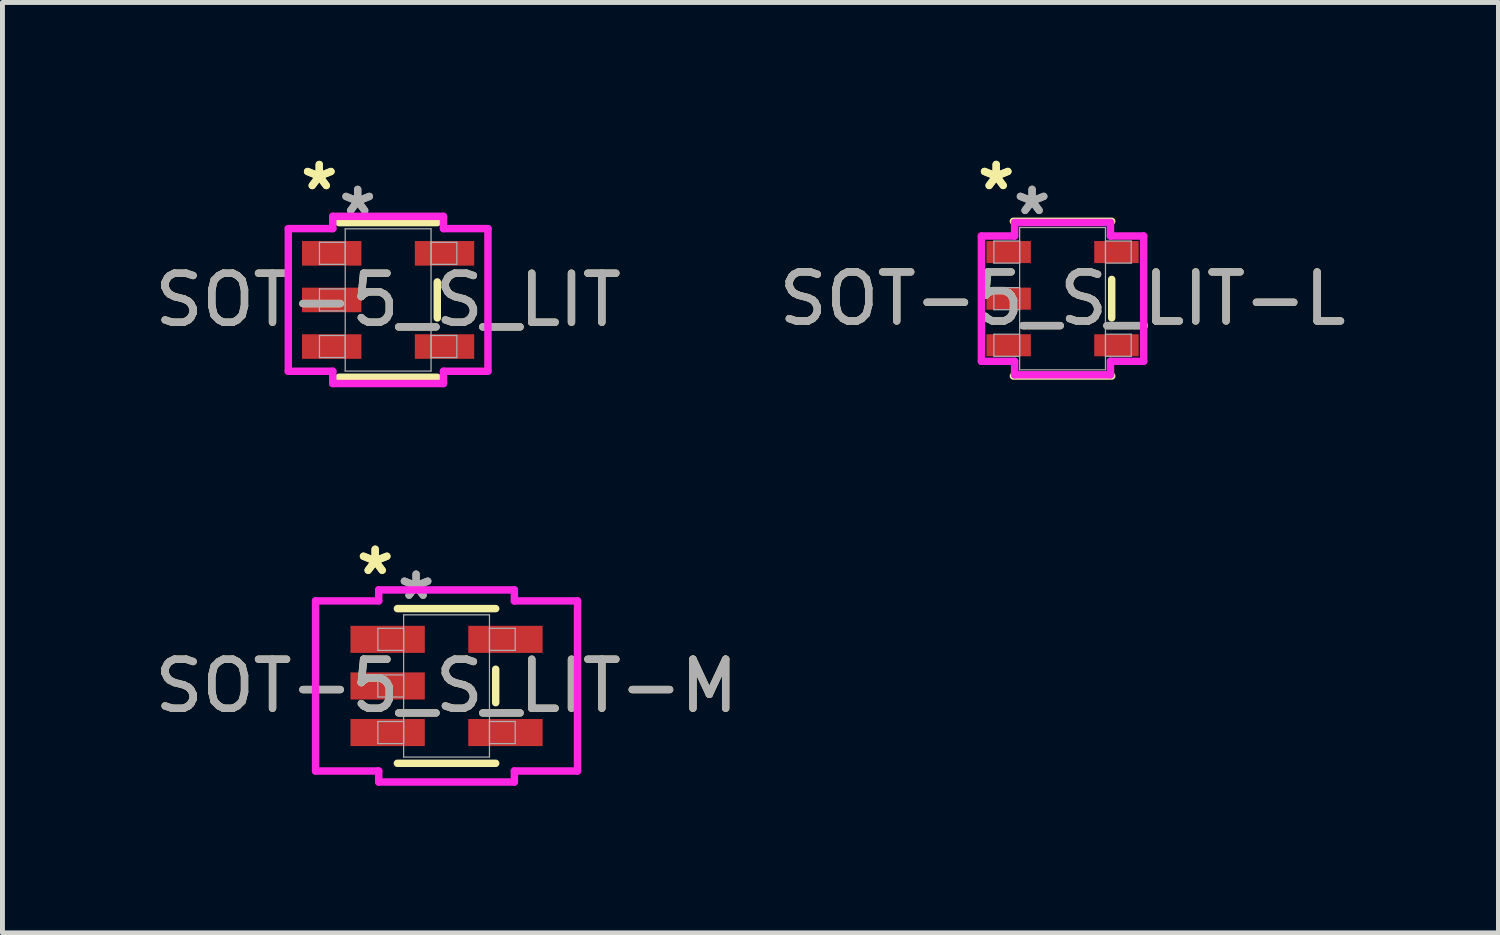
<source format=kicad_pcb>
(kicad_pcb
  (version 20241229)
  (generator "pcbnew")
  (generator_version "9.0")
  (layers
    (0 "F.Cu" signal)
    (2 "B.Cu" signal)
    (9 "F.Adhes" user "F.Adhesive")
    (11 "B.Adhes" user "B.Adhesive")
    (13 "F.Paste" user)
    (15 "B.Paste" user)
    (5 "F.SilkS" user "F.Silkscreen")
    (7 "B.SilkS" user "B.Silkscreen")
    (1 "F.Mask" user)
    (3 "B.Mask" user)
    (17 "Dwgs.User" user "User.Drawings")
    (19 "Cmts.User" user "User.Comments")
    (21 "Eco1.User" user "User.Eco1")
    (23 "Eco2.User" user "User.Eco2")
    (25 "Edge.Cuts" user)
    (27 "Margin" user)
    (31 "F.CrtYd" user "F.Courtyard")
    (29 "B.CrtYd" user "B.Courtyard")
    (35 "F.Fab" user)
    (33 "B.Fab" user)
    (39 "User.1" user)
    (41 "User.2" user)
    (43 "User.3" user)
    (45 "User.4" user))
  (footprint "SOT-5_S_LIT-L"
    (layer "F.Cu")
    (at 18.613 3.039)
    (property "Reference" "SOT-5_S_LIT-L" (at 0 0 0) (unlocked yes) (layer "F.SilkS") (effects (font (size 1 1) (thickness 0.15))))
    (attr smd)
    (fp_line (start -1.002 1.577) (end 1.002 1.577) (stroke (width 0.152) (type solid)) (layer "F.SilkS"))
    (fp_line (start 1.002 -1.577) (end -1.002 -1.577) (stroke (width 0.152) (type solid)) (layer "F.SilkS"))
    (fp_line (start 1.002 0.392) (end 1.002 -0.392) (stroke (width 0.152) (type solid)) (layer "F.SilkS"))
    (fp_line (start -1.654 -1.277) (end -0.977 -1.277) (stroke (width 0.152) (type solid)) (layer "F.CrtYd"))
    (fp_line (start -1.654 1.277) (end -1.654 -1.277) (stroke (width 0.152) (type solid)) (layer "F.CrtYd"))
    (fp_line (start -0.977 -1.552) (end 0.977 -1.552) (stroke (width 0.152) (type solid)) (layer "F.CrtYd"))
    (fp_line (start -0.977 -1.277) (end -0.977 -1.552) (stroke (width 0.152) (type solid)) (layer "F.CrtYd"))
    (fp_line (start -0.977 1.277) (end -1.654 1.277) (stroke (width 0.152) (type solid)) (layer "F.CrtYd"))
    (fp_line (start -0.977 1.552) (end -0.977 1.277) (stroke (width 0.152) (type solid)) (layer "F.CrtYd"))
    (fp_line (start 0.977 -1.552) (end 0.977 -1.277) (stroke (width 0.152) (type solid)) (layer "F.CrtYd"))
    (fp_line (start 0.977 -1.277) (end 1.654 -1.277) (stroke (width 0.152) (type solid)) (layer "F.CrtYd"))
    (fp_line (start 0.977 1.277) (end 0.977 1.552) (stroke (width 0.152) (type solid)) (layer "F.CrtYd"))
    (fp_line (start 0.977 1.552) (end -0.977 1.552) (stroke (width 0.152) (type solid)) (layer "F.CrtYd"))
    (fp_line (start 1.654 -1.277) (end 1.654 1.277) (stroke (width 0.152) (type solid)) (layer "F.CrtYd"))
    (fp_line (start 1.654 1.277) (end 0.977 1.277) (stroke (width 0.152) (type solid)) (layer "F.CrtYd"))
    (fp_line (start -1.4 -1.175) (end -1.4 -0.725) (stroke (width 0.025) (type solid)) (layer "F.Fab"))
    (fp_line (start -1.4 -0.725) (end -0.875 -0.725) (stroke (width 0.025) (type solid)) (layer "F.Fab"))
    (fp_line (start -1.4 -0.225) (end -1.4 0.225) (stroke (width 0.025) (type solid)) (layer "F.Fab"))
    (fp_line (start -1.4 0.225) (end -0.875 0.225) (stroke (width 0.025) (type solid)) (layer "F.Fab"))
    (fp_line (start -1.4 0.725) (end -1.4 1.175) (stroke (width 0.025) (type solid)) (layer "F.Fab"))
    (fp_line (start -1.4 1.175) (end -0.875 1.175) (stroke (width 0.025) (type solid)) (layer "F.Fab"))
    (fp_line (start -0.875 -1.45) (end -0.875 1.45) (stroke (width 0.025) (type solid)) (layer "F.Fab"))
    (fp_line (start -0.875 -1.175) (end -1.4 -1.175) (stroke (width 0.025) (type solid)) (layer "F.Fab"))
    (fp_line (start -0.875 -0.725) (end -0.875 -1.175) (stroke (width 0.025) (type solid)) (layer "F.Fab"))
    (fp_line (start -0.875 -0.225) (end -1.4 -0.225) (stroke (width 0.025) (type solid)) (layer "F.Fab"))
    (fp_line (start -0.875 0.225) (end -0.875 -0.225) (stroke (width 0.025) (type solid)) (layer "F.Fab"))
    (fp_line (start -0.875 0.725) (end -1.4 0.725) (stroke (width 0.025) (type solid)) (layer "F.Fab"))
    (fp_line (start -0.875 1.175) (end -0.875 0.725) (stroke (width 0.025) (type solid)) (layer "F.Fab"))
    (fp_line (start -0.875 1.45) (end 0.875 1.45) (stroke (width 0.025) (type solid)) (layer "F.Fab"))
    (fp_line (start 0.875 -1.45) (end -0.875 -1.45) (stroke (width 0.025) (type solid)) (layer "F.Fab"))
    (fp_line (start 0.875 -1.175) (end 0.875 -0.725) (stroke (width 0.025) (type solid)) (layer "F.Fab"))
    (fp_line (start 0.875 -0.725) (end 1.4 -0.725) (stroke (width 0.025) (type solid)) (layer "F.Fab"))
    (fp_line (start 0.875 0.725) (end 0.875 1.175) (stroke (width 0.025) (type solid)) (layer "F.Fab"))
    (fp_line (start 0.875 1.175) (end 1.4 1.175) (stroke (width 0.025) (type solid)) (layer "F.Fab"))
    (fp_line (start 0.875 1.45) (end 0.875 -1.45) (stroke (width 0.025) (type solid)) (layer "F.Fab"))
    (fp_line (start 1.4 -1.175) (end 0.875 -1.175) (stroke (width 0.025) (type solid)) (layer "F.Fab"))
    (fp_line (start 1.4 -0.725) (end 1.4 -1.175) (stroke (width 0.025) (type solid)) (layer "F.Fab"))
    (fp_line (start 1.4 0.725) (end 0.875 0.725) (stroke (width 0.025) (type solid)) (layer "F.Fab"))
    (fp_line (start 1.4 1.175) (end 1.4 0.725) (stroke (width 0.025) (type solid)) (layer "F.Fab"))
    (fp_text user "*" (at -1.353 -2.191 0) (unlocked yes) (layer "F.SilkS") (effects (font (size 1 1) (thickness 0.15))))
    (fp_text user "*" (at -1.353 -2.191 0) (layer "F.SilkS") (effects (font (size 1 1) (thickness 0.15))))
    (fp_text user "*" (at -0.621 -1.683 0) (unlocked yes) (layer "F.Fab") (effects (font (size 1 1) (thickness 0.15))))
    (fp_text user "${REFERENCE}" (at 0 0 0) (unlocked yes) (layer "F.Fab") (effects (font (size 1 1) (thickness 0.15))))
    (fp_text user "*" (at -0.621 -1.683 0) (layer "F.Fab") (effects (font (size 1 1) (thickness 0.15))))
    (pad "1" smd rect (at -1.099 -0.95) (size 0.906 0.45) (layers "F.Cu" "F.Mask" "F.Paste"))
    (pad "2" smd rect (at -1.099 0) (size 0.906 0.45) (layers "F.Cu" "F.Mask" "F.Paste"))
    (pad "3" smd rect (at -1.099 0.95) (size 0.906 0.45) (layers "F.Cu" "F.Mask" "F.Paste"))
    (pad "4" smd rect (at 1.099 0.95) (size 0.906 0.45) (layers "F.Cu" "F.Mask" "F.Paste"))
    (pad "5" smd rect (at 1.099 -0.95) (size 0.906 0.45) (layers "F.Cu" "F.Mask" "F.Paste")))
  (footprint "SOT-5_S_LIT-M"
    (layer "F.Cu")
    (at 6.054 10.935)
    (property "Reference" "SOT-5_S_LIT-M" (at 0 0 0) (unlocked yes) (layer "F.SilkS") (effects (font (size 1 1) (thickness 0.15))))
    (attr smd)
    (fp_line (start -1.002 1.577) (end 1.002 1.577) (stroke (width 0.152) (type solid)) (layer "F.SilkS"))
    (fp_line (start 1.002 -1.577) (end -1.002 -1.577) (stroke (width 0.152) (type solid)) (layer "F.SilkS"))
    (fp_line (start 1.002 0.341) (end 1.002 -0.341) (stroke (width 0.152) (type solid)) (layer "F.SilkS"))
    (fp_line (start -2.67 -1.734) (end -1.383 -1.734) (stroke (width 0.152) (type solid)) (layer "F.CrtYd"))
    (fp_line (start -2.67 1.734) (end -2.67 -1.734) (stroke (width 0.152) (type solid)) (layer "F.CrtYd"))
    (fp_line (start -1.383 -1.958) (end 1.383 -1.958) (stroke (width 0.152) (type solid)) (layer "F.CrtYd"))
    (fp_line (start -1.383 -1.734) (end -1.383 -1.958) (stroke (width 0.152) (type solid)) (layer "F.CrtYd"))
    (fp_line (start -1.383 1.734) (end -2.67 1.734) (stroke (width 0.152) (type solid)) (layer "F.CrtYd"))
    (fp_line (start -1.383 1.958) (end -1.383 1.734) (stroke (width 0.152) (type solid)) (layer "F.CrtYd"))
    (fp_line (start 1.383 -1.958) (end 1.383 -1.734) (stroke (width 0.152) (type solid)) (layer "F.CrtYd"))
    (fp_line (start 1.383 -1.734) (end 2.67 -1.734) (stroke (width 0.152) (type solid)) (layer "F.CrtYd"))
    (fp_line (start 1.383 1.734) (end 1.383 1.958) (stroke (width 0.152) (type solid)) (layer "F.CrtYd"))
    (fp_line (start 1.383 1.958) (end -1.383 1.958) (stroke (width 0.152) (type solid)) (layer "F.CrtYd"))
    (fp_line (start 2.67 -1.734) (end 2.67 1.734) (stroke (width 0.152) (type solid)) (layer "F.CrtYd"))
    (fp_line (start 2.67 1.734) (end 1.383 1.734) (stroke (width 0.152) (type solid)) (layer "F.CrtYd"))
    (fp_line (start -1.4 -1.175) (end -1.4 -0.725) (stroke (width 0.025) (type solid)) (layer "F.Fab"))
    (fp_line (start -1.4 -0.725) (end -0.875 -0.725) (stroke (width 0.025) (type solid)) (layer "F.Fab"))
    (fp_line (start -1.4 -0.225) (end -1.4 0.225) (stroke (width 0.025) (type solid)) (layer "F.Fab"))
    (fp_line (start -1.4 0.225) (end -0.875 0.225) (stroke (width 0.025) (type solid)) (layer "F.Fab"))
    (fp_line (start -1.4 0.725) (end -1.4 1.175) (stroke (width 0.025) (type solid)) (layer "F.Fab"))
    (fp_line (start -1.4 1.175) (end -0.875 1.175) (stroke (width 0.025) (type solid)) (layer "F.Fab"))
    (fp_line (start -0.875 -1.45) (end -0.875 1.45) (stroke (width 0.025) (type solid)) (layer "F.Fab"))
    (fp_line (start -0.875 -1.175) (end -1.4 -1.175) (stroke (width 0.025) (type solid)) (layer "F.Fab"))
    (fp_line (start -0.875 -0.725) (end -0.875 -1.175) (stroke (width 0.025) (type solid)) (layer "F.Fab"))
    (fp_line (start -0.875 -0.225) (end -1.4 -0.225) (stroke (width 0.025) (type solid)) (layer "F.Fab"))
    (fp_line (start -0.875 0.225) (end -0.875 -0.225) (stroke (width 0.025) (type solid)) (layer "F.Fab"))
    (fp_line (start -0.875 0.725) (end -1.4 0.725) (stroke (width 0.025) (type solid)) (layer "F.Fab"))
    (fp_line (start -0.875 1.175) (end -0.875 0.725) (stroke (width 0.025) (type solid)) (layer "F.Fab"))
    (fp_line (start -0.875 1.45) (end 0.875 1.45) (stroke (width 0.025) (type solid)) (layer "F.Fab"))
    (fp_line (start 0.875 -1.45) (end -0.875 -1.45) (stroke (width 0.025) (type solid)) (layer "F.Fab"))
    (fp_line (start 0.875 -1.175) (end 0.875 -0.725) (stroke (width 0.025) (type solid)) (layer "F.Fab"))
    (fp_line (start 0.875 -0.725) (end 1.4 -0.725) (stroke (width 0.025) (type solid)) (layer "F.Fab"))
    (fp_line (start 0.875 0.725) (end 0.875 1.175) (stroke (width 0.025) (type solid)) (layer "F.Fab"))
    (fp_line (start 0.875 1.175) (end 1.4 1.175) (stroke (width 0.025) (type solid)) (layer "F.Fab"))
    (fp_line (start 0.875 1.45) (end 0.875 -1.45) (stroke (width 0.025) (type solid)) (layer "F.Fab"))
    (fp_line (start 1.4 -1.175) (end 0.875 -1.175) (stroke (width 0.025) (type solid)) (layer "F.Fab"))
    (fp_line (start 1.4 -0.725) (end 1.4 -1.175) (stroke (width 0.025) (type solid)) (layer "F.Fab"))
    (fp_line (start 1.4 0.725) (end 0.875 0.725) (stroke (width 0.025) (type solid)) (layer "F.Fab"))
    (fp_line (start 1.4 1.175) (end 1.4 0.725) (stroke (width 0.025) (type solid)) (layer "F.Fab"))
    (fp_text user "*" (at -1.455 -2.242 0) (unlocked yes) (layer "F.SilkS") (effects (font (size 1 1) (thickness 0.15))))
    (fp_text user "*" (at -1.455 -2.242 0) (layer "F.SilkS") (effects (font (size 1 1) (thickness 0.15))))
    (fp_text user "*" (at -0.621 -1.734 0) (layer "F.Fab") (effects (font (size 1 1) (thickness 0.15))))
    (fp_text user "${REFERENCE}" (at 0 0 0) (unlocked yes) (layer "F.Fab") (effects (font (size 1 1) (thickness 0.15))))
    (fp_text user "*" (at -0.621 -1.734 0) (unlocked yes) (layer "F.Fab") (effects (font (size 1 1) (thickness 0.15))))
    (pad "1" smd rect (at -1.201 -0.95) (size 1.516 0.552) (layers "F.Cu" "F.Mask" "F.Paste"))
    (pad "2" smd rect (at -1.201 0) (size 1.516 0.552) (layers "F.Cu" "F.Mask" "F.Paste"))
    (pad "3" smd rect (at -1.201 0.95) (size 1.516 0.552) (layers "F.Cu" "F.Mask" "F.Paste"))
    (pad "4" smd rect (at 1.201 0.95) (size 1.516 0.552) (layers "F.Cu" "F.Mask" "F.Paste"))
    (pad "5" smd rect (at 1.201 -0.95) (size 1.516 0.552) (layers "F.Cu" "F.Mask" "F.Paste")))
  (footprint "SOT-5_S_LIT"
    (layer "F.Cu")
    (at 4.863 3.065)
    (property "Reference" "SOT-5_S_LIT" (at 0 0 0) (unlocked yes) (layer "F.SilkS") (effects (font (size 1 1) (thickness 0.15))))
    (attr smd)
    (fp_line (start -1.002 1.577) (end 1.002 1.577) (stroke (width 0.152) (type solid)) (layer "F.SilkS"))
    (fp_line (start 1.002 -1.577) (end -1.002 -1.577) (stroke (width 0.152) (type solid)) (layer "F.SilkS"))
    (fp_line (start 1.002 0.367) (end 1.002 -0.367) (stroke (width 0.152) (type solid)) (layer "F.SilkS"))
    (fp_line (start -2.035 -1.454) (end -1.129 -1.454) (stroke (width 0.152) (type solid)) (layer "F.CrtYd"))
    (fp_line (start -2.035 1.454) (end -2.035 -1.454) (stroke (width 0.152) (type solid)) (layer "F.CrtYd"))
    (fp_line (start -1.129 -1.704) (end 1.129 -1.704) (stroke (width 0.152) (type solid)) (layer "F.CrtYd"))
    (fp_line (start -1.129 -1.454) (end -1.129 -1.704) (stroke (width 0.152) (type solid)) (layer "F.CrtYd"))
    (fp_line (start -1.129 1.454) (end -2.035 1.454) (stroke (width 0.152) (type solid)) (layer "F.CrtYd"))
    (fp_line (start -1.129 1.704) (end -1.129 1.454) (stroke (width 0.152) (type solid)) (layer "F.CrtYd"))
    (fp_line (start 1.129 -1.704) (end 1.129 -1.454) (stroke (width 0.152) (type solid)) (layer "F.CrtYd"))
    (fp_line (start 1.129 -1.454) (end 2.035 -1.454) (stroke (width 0.152) (type solid)) (layer "F.CrtYd"))
    (fp_line (start 1.129 1.454) (end 1.129 1.704) (stroke (width 0.152) (type solid)) (layer "F.CrtYd"))
    (fp_line (start 1.129 1.704) (end -1.129 1.704) (stroke (width 0.152) (type solid)) (layer "F.CrtYd"))
    (fp_line (start 2.035 -1.454) (end 2.035 1.454) (stroke (width 0.152) (type solid)) (layer "F.CrtYd"))
    (fp_line (start 2.035 1.454) (end 1.129 1.454) (stroke (width 0.152) (type solid)) (layer "F.CrtYd"))
    (fp_line (start -1.4 -1.175) (end -1.4 -0.725) (stroke (width 0.025) (type solid)) (layer "F.Fab"))
    (fp_line (start -1.4 -0.725) (end -0.875 -0.725) (stroke (width 0.025) (type solid)) (layer "F.Fab"))
    (fp_line (start -1.4 -0.225) (end -1.4 0.225) (stroke (width 0.025) (type solid)) (layer "F.Fab"))
    (fp_line (start -1.4 0.225) (end -0.875 0.225) (stroke (width 0.025) (type solid)) (layer "F.Fab"))
    (fp_line (start -1.4 0.725) (end -1.4 1.175) (stroke (width 0.025) (type solid)) (layer "F.Fab"))
    (fp_line (start -1.4 1.175) (end -0.875 1.175) (stroke (width 0.025) (type solid)) (layer "F.Fab"))
    (fp_line (start -0.875 -1.45) (end -0.875 1.45) (stroke (width 0.025) (type solid)) (layer "F.Fab"))
    (fp_line (start -0.875 -1.175) (end -1.4 -1.175) (stroke (width 0.025) (type solid)) (layer "F.Fab"))
    (fp_line (start -0.875 -0.725) (end -0.875 -1.175) (stroke (width 0.025) (type solid)) (layer "F.Fab"))
    (fp_line (start -0.875 -0.225) (end -1.4 -0.225) (stroke (width 0.025) (type solid)) (layer "F.Fab"))
    (fp_line (start -0.875 0.225) (end -0.875 -0.225) (stroke (width 0.025) (type solid)) (layer "F.Fab"))
    (fp_line (start -0.875 0.725) (end -1.4 0.725) (stroke (width 0.025) (type solid)) (layer "F.Fab"))
    (fp_line (start -0.875 1.175) (end -0.875 0.725) (stroke (width 0.025) (type solid)) (layer "F.Fab"))
    (fp_line (start -0.875 1.45) (end 0.875 1.45) (stroke (width 0.025) (type solid)) (layer "F.Fab"))
    (fp_line (start 0.875 -1.45) (end -0.875 -1.45) (stroke (width 0.025) (type solid)) (layer "F.Fab"))
    (fp_line (start 0.875 -1.175) (end 0.875 -0.725) (stroke (width 0.025) (type solid)) (layer "F.Fab"))
    (fp_line (start 0.875 -0.725) (end 1.4 -0.725) (stroke (width 0.025) (type solid)) (layer "F.Fab"))
    (fp_line (start 0.875 0.725) (end 0.875 1.175) (stroke (width 0.025) (type solid)) (layer "F.Fab"))
    (fp_line (start 0.875 1.175) (end 1.4 1.175) (stroke (width 0.025) (type solid)) (layer "F.Fab"))
    (fp_line (start 0.875 1.45) (end 0.875 -1.45) (stroke (width 0.025) (type solid)) (layer "F.Fab"))
    (fp_line (start 1.4 -1.175) (end 0.875 -1.175) (stroke (width 0.025) (type solid)) (layer "F.Fab"))
    (fp_line (start 1.4 -0.725) (end 1.4 -1.175) (stroke (width 0.025) (type solid)) (layer "F.Fab"))
    (fp_line (start 1.4 0.725) (end 0.875 0.725) (stroke (width 0.025) (type solid)) (layer "F.Fab"))
    (fp_line (start 1.4 1.175) (end 1.4 0.725) (stroke (width 0.025) (type solid)) (layer "F.Fab"))
    (fp_text user "*" (at -1.404 -2.216 0) (unlocked yes) (layer "F.SilkS") (effects (font (size 1 1) (thickness 0.15))))
    (fp_text user "*" (at -1.404 -2.216 0) (layer "F.SilkS") (effects (font (size 1 1) (thickness 0.15))))
    (fp_text user "${REFERENCE}" (at 0 0 0) (unlocked yes) (layer "F.Fab") (effects (font (size 1 1) (thickness 0.15))))
    (fp_text user "*" (at -0.621 -1.708 0) (unlocked yes) (layer "F.Fab") (effects (font (size 1 1) (thickness 0.15))))
    (fp_text user "*" (at -0.621 -1.708 0) (layer "F.Fab") (effects (font (size 1 1) (thickness 0.15))))
    (pad "1" smd rect (at -1.15 -0.95) (size 1.211 0.501) (layers "F.Cu" "F.Mask" "F.Paste"))
    (pad "2" smd rect (at -1.15 0) (size 1.211 0.501) (layers "F.Cu" "F.Mask" "F.Paste"))
    (pad "3" smd rect (at -1.15 0.95) (size 1.211 0.501) (layers "F.Cu" "F.Mask" "F.Paste"))
    (pad "4" smd rect (at 1.15 0.95) (size 1.211 0.501) (layers "F.Cu" "F.Mask" "F.Paste"))
    (pad "5" smd rect (at 1.15 -0.95) (size 1.211 0.501) (layers "F.Cu" "F.Mask" "F.Paste")))
  (gr_rect
    (start -3 -3)
    (end 27.5 15.969)
    (stroke (width 0.1) (type default))
    (fill no)
    (layer "Edge.Cuts")))
</source>
